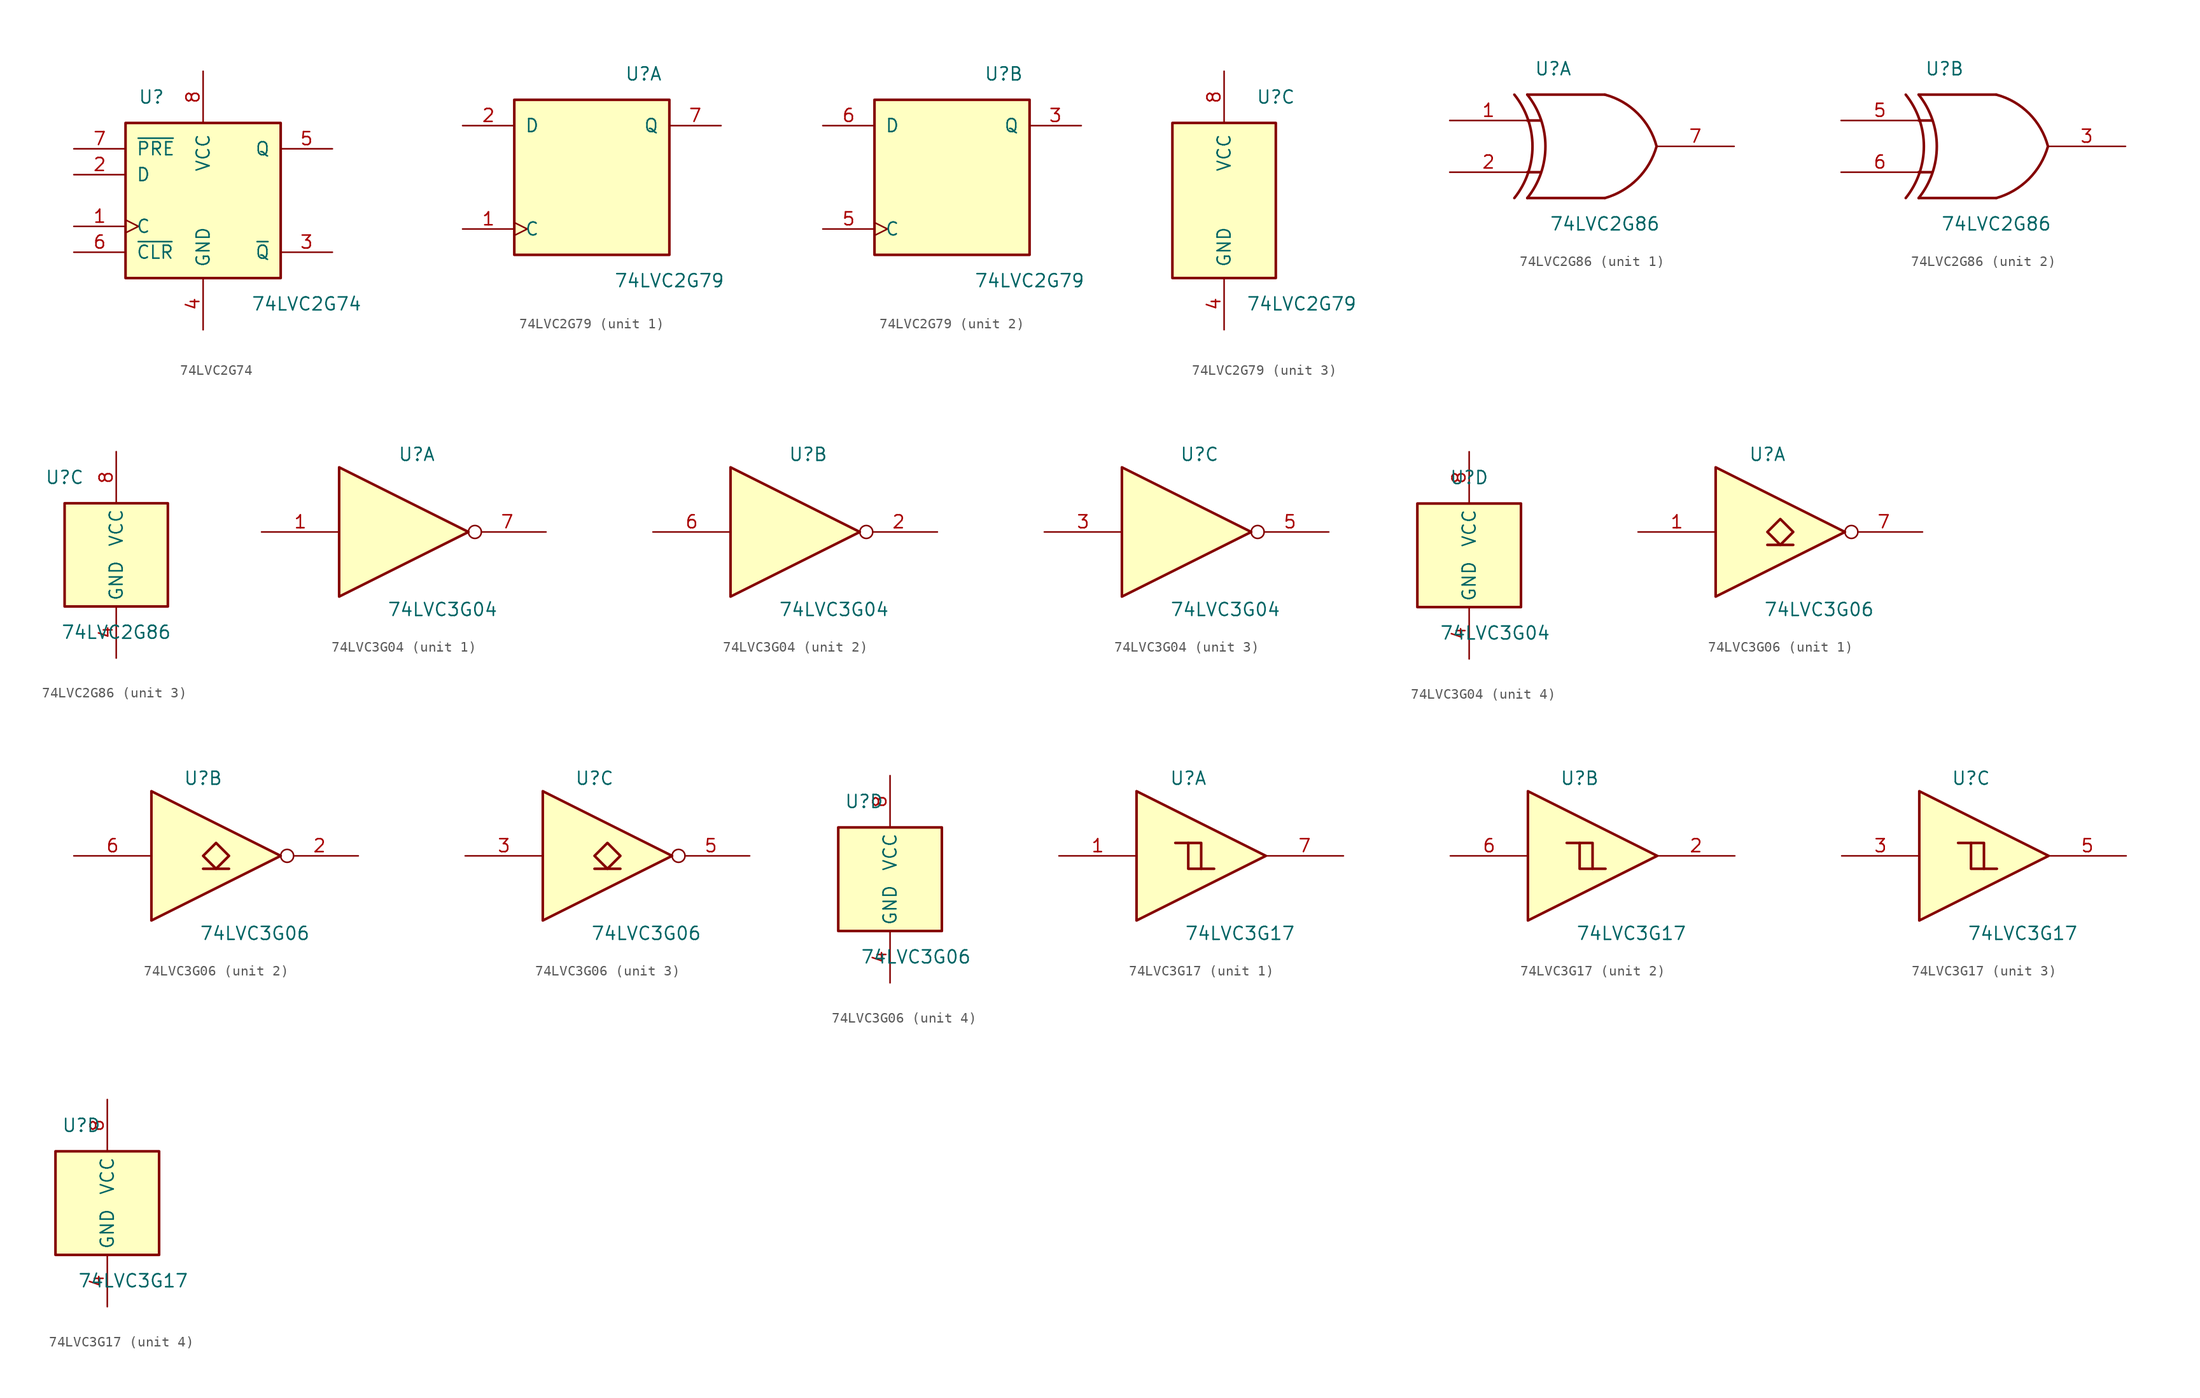
<source format=kicad_sym>
(kicad_symbol_lib
  (version 20231120)
  (generator "kicad_symbol_editor")
  (generator_version "8.0")
  (symbol "74LVC2G74"
    (pin_names
      (offset 1.016))
    (property "Reference" "U"
      (at -5.08 10.16 0)
      (effects (font (size 1.27 1.27))))
    (property "Value" "74LVC2G74"
      (at 10.16 -10.16 0)
      (effects (font (size 1.27 1.27))))
    (symbol "74LVC2G74_0_1"
      (rectangle (start -7.62 7.62) (end 7.62 -7.62) (stroke (width 0.254) (type default)) (fill (type background))))
    (symbol "74LVC2G74_1_1"
      (pin input clock (at -12.7 -2.54 0) (length 5.08) (name "C" (effects (font (size 1.27 1.27)))) (number "1" (effects (font (size 1.27 1.27)))))
      (pin input line (at -12.7 2.54 0) (length 5.08) (name "D" (effects (font (size 1.27 1.27)))) (number "2" (effects (font (size 1.27 1.27)))))
      (pin output line (at 12.7 -5.08 180) (length 5.08) (name "~{Q}" (effects (font (size 1.27 1.27)))) (number "3" (effects (font (size 1.27 1.27)))))
      (pin power_in line (at 0 -12.7 90) (length 5.08) (name "GND" (effects (font (size 1.27 1.27)))) (number "4" (effects (font (size 1.27 1.27)))))
      (pin output line (at 12.7 5.08 180) (length 5.08) (name "Q" (effects (font (size 1.27 1.27)))) (number "5" (effects (font (size 1.27 1.27)))))
      (pin input line (at -12.7 -5.08 0) (length 5.08) (name "~{CLR}" (effects (font (size 1.27 1.27)))) (number "6" (effects (font (size 1.27 1.27)))))
      (pin input line (at -12.7 5.08 0) (length 5.08) (name "~{PRE}" (effects (font (size 1.27 1.27)))) (number "7" (effects (font (size 1.27 1.27)))))
      (pin power_in line (at 0 12.7 270) (length 5.08) (name "VCC" (effects (font (size 1.27 1.27)))) (number "8" (effects (font (size 1.27 1.27)))))))
  (symbol "74LVC2G79"
    (pin_names
      (offset 1.016))
    (property "Reference" "U"
      (at 5.08 10.16 0)
      (effects (font (size 1.27 1.27))))
    (property "Value" "74LVC2G79"
      (at 7.62 -10.16 0)
      (effects (font (size 1.27 1.27))))
    (symbol "74LVC2G79_1_1"
      (rectangle (start -7.62 7.62) (end 7.62 -7.62) (stroke (width 0.254) (type default)) (fill (type background)))
      (pin input clock (at -12.7 -5.08 0) (length 5.08) (name "C" (effects (font (size 1.27 1.27)))) (number "1" (effects (font (size 1.27 1.27)))))
      (pin input line (at -12.7 5.08 0) (length 5.08) (name "D" (effects (font (size 1.27 1.27)))) (number "2" (effects (font (size 1.27 1.27)))))
      (pin output line (at 12.7 5.08 180) (length 5.08) (name "Q" (effects (font (size 1.27 1.27)))) (number "7" (effects (font (size 1.27 1.27))))))
    (symbol "74LVC2G79_2_1"
      (rectangle (start -7.62 7.62) (end 7.62 -7.62) (stroke (width 0.254) (type default)) (fill (type background)))
      (pin output line (at 12.7 5.08 180) (length 5.08) (name "Q" (effects (font (size 1.27 1.27)))) (number "3" (effects (font (size 1.27 1.27)))))
      (pin input clock (at -12.7 -5.08 0) (length 5.08) (name "C" (effects (font (size 1.27 1.27)))) (number "5" (effects (font (size 1.27 1.27)))))
      (pin input line (at -12.7 5.08 0) (length 5.08) (name "D" (effects (font (size 1.27 1.27)))) (number "6" (effects (font (size 1.27 1.27))))))
    (symbol "74LVC2G79_3_0"
      (rectangle (start -5.08 -7.62) (end 5.08 7.62) (stroke (width 0.254) (type default)) (fill (type background))))
    (symbol "74LVC2G79_3_1"
      (pin power_in line (at 0 -12.7 90) (length 5.08) (name "GND" (effects (font (size 1.27 1.27)))) (number "4" (effects (font (size 1.27 1.27)))))
      (pin power_in line (at 0 12.7 270) (length 5.08) (name "VCC" (effects (font (size 1.27 1.27)))) (number "8" (effects (font (size 1.27 1.27)))))))
  (symbol "74LVC2G86"
    (property "Reference" "U"
      (at -5.08 7.62 0)
      (effects (font (size 1.27 1.27))))
    (property "Value" "74LVC2G86"
      (at 0 -7.62 0)
      (effects (font (size 1.27 1.27))))
    (symbol "74LVC2G86_1_1"
      (arc (start -8.89 -5.08) (mid -7.108 0) (end -8.89 5.08) (stroke (width 0.254) (type default)) (fill (type none)))
      (arc (start -7.62 -5.08) (mid -5.838 0) (end -7.62 5.08) (stroke (width 0.254) (type default)) (fill (type none)))
      (arc (start 0 -5.08) (mid 3.1986 -3.2054) (end 5.08 0) (stroke (width 0.254) (type default)) (fill (type none)))
      (polyline (pts (xy -7.62 -2.54) (xy -6.35 -2.54)) (stroke (width 0.254) (type default)) (fill (type background)))
      (polyline (pts (xy -7.62 2.54) (xy -6.35 2.54)) (stroke (width 0.254) (type default)) (fill (type background)))
      (polyline (pts (xy 0 -5.08) (xy -7.62 -5.08)) (stroke (width 0.254) (type default)) (fill (type background)))
      (polyline (pts (xy 0 5.08) (xy -7.62 5.08)) (stroke (width 0.254) (type default)) (fill (type background)))
      (arc (start 5.08 0) (mid 3.2238 3.2304) (end 0 5.08) (stroke (width 0.254) (type default)) (fill (type none)))
      (pin input line (at -15.24 2.54 0) (length 7.62) (name "~" (effects (font (size 1.27 1.27)))) (number "1" (effects (font (size 1.27 1.27)))))
      (pin input line (at -15.24 -2.54 0) (length 7.62) (name "~" (effects (font (size 1.27 1.27)))) (number "2" (effects (font (size 1.27 1.27)))))
      (pin output line (at 12.7 0 180) (length 7.62) (name "~" (effects (font (size 1.27 1.27)))) (number "7" (effects (font (size 1.27 1.27))))))
    (symbol "74LVC2G86_2_1"
      (arc (start -8.89 -5.08) (mid -7.108 0) (end -8.89 5.08) (stroke (width 0.254) (type default)) (fill (type none)))
      (arc (start -7.62 -5.08) (mid -5.838 0) (end -7.62 5.08) (stroke (width 0.254) (type default)) (fill (type none)))
      (arc (start 0 -5.08) (mid 3.1986 -3.2054) (end 5.08 0) (stroke (width 0.254) (type default)) (fill (type none)))
      (polyline (pts (xy -7.62 -2.54) (xy -6.35 -2.54)) (stroke (width 0.254) (type default)) (fill (type background)))
      (polyline (pts (xy -7.62 2.54) (xy -6.35 2.54)) (stroke (width 0.254) (type default)) (fill (type background)))
      (polyline (pts (xy 0 -5.08) (xy -7.62 -5.08)) (stroke (width 0.254) (type default)) (fill (type background)))
      (polyline (pts (xy 0 5.08) (xy -7.62 5.08)) (stroke (width 0.254) (type default)) (fill (type background)))
      (arc (start 5.08 0) (mid 3.2238 3.2304) (end 0 5.08) (stroke (width 0.254) (type default)) (fill (type none)))
      (pin output line (at 12.7 0 180) (length 7.62) (name "~" (effects (font (size 1.27 1.27)))) (number "3" (effects (font (size 1.27 1.27)))))
      (pin input line (at -15.24 2.54 0) (length 7.62) (name "~" (effects (font (size 1.27 1.27)))) (number "5" (effects (font (size 1.27 1.27)))))
      (pin input line (at -15.24 -2.54 0) (length 7.62) (name "~" (effects (font (size 1.27 1.27)))) (number "6" (effects (font (size 1.27 1.27))))))
    (symbol "74LVC2G86_3_0"
      (rectangle (start -5.08 -5.08) (end 5.08 5.08) (stroke (width 0.254) (type default)) (fill (type background))))
    (symbol "74LVC2G86_3_1"
      (pin power_in line (at 0 -10.16 90) (length 5.08) (name "GND" (effects (font (size 1.27 1.27)))) (number "4" (effects (font (size 1.27 1.27)))))
      (pin power_in line (at 0 10.16 270) (length 5.08) (name "VCC" (effects (font (size 1.27 1.27)))) (number "8" (effects (font (size 1.27 1.27)))))))
  (symbol "74LVC3G04"
    (property "Reference" "U"
      (at 0 7.62 0)
      (effects (font (size 1.27 1.27))))
    (property "Value" "74LVC3G04"
      (at 2.54 -7.62 0)
      (effects (font (size 1.27 1.27))))
    (symbol "74LVC3G04_1_1"
      (polyline (pts (xy -7.62 6.35) (xy -7.62 -6.35) (xy 5.08 0) (xy -7.62 6.35)) (stroke (width 0.254) (type default)) (fill (type background)))
      (pin input line (at -15.24 0 0) (length 7.62) (name "~" (effects (font (size 1.27 1.27)))) (number "1" (effects (font (size 1.27 1.27)))))
      (pin output inverted (at 12.7 0 180) (length 7.62) (name "~" (effects (font (size 1.27 1.27)))) (number "7" (effects (font (size 1.27 1.27))))))
    (symbol "74LVC3G04_2_1"
      (polyline (pts (xy -7.62 6.35) (xy -7.62 -6.35) (xy 5.08 0) (xy -7.62 6.35)) (stroke (width 0.254) (type default)) (fill (type background)))
      (pin output inverted (at 12.7 0 180) (length 7.62) (name "~" (effects (font (size 1.27 1.27)))) (number "2" (effects (font (size 1.27 1.27)))))
      (pin input line (at -15.24 0 0) (length 7.62) (name "~" (effects (font (size 1.27 1.27)))) (number "6" (effects (font (size 1.27 1.27))))))
    (symbol "74LVC3G04_3_1"
      (polyline (pts (xy -7.62 6.35) (xy -7.62 -6.35) (xy 5.08 0) (xy -7.62 6.35)) (stroke (width 0.254) (type default)) (fill (type background)))
      (pin input line (at -15.24 0 0) (length 7.62) (name "~" (effects (font (size 1.27 1.27)))) (number "3" (effects (font (size 1.27 1.27)))))
      (pin output inverted (at 12.7 0 180) (length 7.62) (name "~" (effects (font (size 1.27 1.27)))) (number "5" (effects (font (size 1.27 1.27))))))
    (symbol "74LVC3G04_4_0"
      (rectangle (start -5.08 -5.08) (end 5.08 5.08) (stroke (width 0.254) (type default)) (fill (type background))))
    (symbol "74LVC3G04_4_1"
      (pin power_in line (at 0 -10.16 90) (length 5.08) (name "GND" (effects (font (size 1.27 1.27)))) (number "4" (effects (font (size 1.27 1.27)))))
      (pin power_in line (at 0 10.16 270) (length 5.08) (name "VCC" (effects (font (size 1.27 1.27)))) (number "8" (effects (font (size 1.27 1.27)))))))
  (symbol "74LVC3G06"
    (property "Reference" "U"
      (at -2.54 7.62 0)
      (effects (font (size 1.27 1.27))))
    (property "Value" "74LVC3G06"
      (at 2.54 -7.62 0)
      (effects (font (size 1.27 1.27))))
    (symbol "74LVC3G06_1_1"
      (polyline (pts (xy -2.54 -1.27) (xy 0 -1.27)) (stroke (width 0.254) (type default)) (fill (type background)))
      (polyline (pts (xy -7.62 6.35) (xy -7.62 -6.35) (xy 5.08 0) (xy -7.62 6.35)) (stroke (width 0.254) (type default)) (fill (type background)))
      (polyline (pts (xy -1.27 1.27) (xy -2.54 0) (xy -1.27 -1.27) (xy 0 0) (xy -1.27 1.27)) (stroke (width 0.254) (type default)) (fill (type background)))
      (pin input line (at -15.24 0 0) (length 7.62) (name "~" (effects (font (size 1.27 1.27)))) (number "1" (effects (font (size 1.27 1.27)))))
      (pin open_collector inverted (at 12.7 0 180) (length 7.62) (name "~" (effects (font (size 1.27 1.27)))) (number "7" (effects (font (size 1.27 1.27))))))
    (symbol "74LVC3G06_2_1"
      (polyline (pts (xy -2.54 -1.27) (xy 0 -1.27)) (stroke (width 0.254) (type default)) (fill (type background)))
      (polyline (pts (xy -7.62 6.35) (xy -7.62 -6.35) (xy 5.08 0) (xy -7.62 6.35)) (stroke (width 0.254) (type default)) (fill (type background)))
      (polyline (pts (xy -1.27 1.27) (xy -2.54 0) (xy -1.27 -1.27) (xy 0 0) (xy -1.27 1.27)) (stroke (width 0.254) (type default)) (fill (type background)))
      (pin open_collector inverted (at 12.7 0 180) (length 7.62) (name "~" (effects (font (size 1.27 1.27)))) (number "2" (effects (font (size 1.27 1.27)))))
      (pin input line (at -15.24 0 0) (length 7.62) (name "~" (effects (font (size 1.27 1.27)))) (number "6" (effects (font (size 1.27 1.27))))))
    (symbol "74LVC3G06_3_1"
      (polyline (pts (xy -2.54 -1.27) (xy 0 -1.27)) (stroke (width 0.254) (type default)) (fill (type background)))
      (polyline (pts (xy -7.62 6.35) (xy -7.62 -6.35) (xy 5.08 0) (xy -7.62 6.35)) (stroke (width 0.254) (type default)) (fill (type background)))
      (polyline (pts (xy -1.27 1.27) (xy -2.54 0) (xy -1.27 -1.27) (xy 0 0) (xy -1.27 1.27)) (stroke (width 0.254) (type default)) (fill (type background)))
      (pin input line (at -15.24 0 0) (length 7.62) (name "~" (effects (font (size 1.27 1.27)))) (number "3" (effects (font (size 1.27 1.27)))))
      (pin open_collector inverted (at 12.7 0 180) (length 7.62) (name "~" (effects (font (size 1.27 1.27)))) (number "5" (effects (font (size 1.27 1.27))))))
    (symbol "74LVC3G06_4_0"
      (rectangle (start -5.08 -5.08) (end 5.08 5.08) (stroke (width 0.254) (type default)) (fill (type background))))
    (symbol "74LVC3G06_4_1"
      (pin power_in line (at 0 -10.16 90) (length 5.08) (name "GND" (effects (font (size 1.27 1.27)))) (number "4" (effects (font (size 1.27 1.27)))))
      (pin power_in line (at 0 10.16 270) (length 5.08) (name "VCC" (effects (font (size 1.27 1.27)))) (number "8" (effects (font (size 1.27 1.27)))))))
  (symbol "74LVC3G17"
    (property "Reference" "U"
      (at -2.54 7.62 0)
      (effects (font (size 1.27 1.27))))
    (property "Value" "74LVC3G17"
      (at 2.54 -7.62 0)
      (effects (font (size 1.27 1.27))))
    (symbol "74LVC3G17_1_1"
      (polyline (pts (xy -2.54 1.27) (xy -1.27 1.27) (xy -1.27 -1.27)) (stroke (width 0.254) (type default)) (fill (type background)))
      (polyline (pts (xy -7.62 6.35) (xy -7.62 -6.35) (xy 5.08 0) (xy -7.62 6.35)) (stroke (width 0.254) (type default)) (fill (type background)))
      (polyline (pts (xy -3.81 1.27) (xy -2.54 1.27) (xy -2.54 -1.27) (xy 0 -1.27)) (stroke (width 0.254) (type default)) (fill (type background)))
      (pin input line (at -15.24 0 0) (length 7.62) (name "~" (effects (font (size 1.27 1.27)))) (number "1" (effects (font (size 1.27 1.27)))))
      (pin output line (at 12.7 0 180) (length 7.62) (name "~" (effects (font (size 1.27 1.27)))) (number "7" (effects (font (size 1.27 1.27))))))
    (symbol "74LVC3G17_2_1"
      (polyline (pts (xy -2.54 1.27) (xy -1.27 1.27) (xy -1.27 -1.27)) (stroke (width 0.254) (type default)) (fill (type background)))
      (polyline (pts (xy -7.62 6.35) (xy -7.62 -6.35) (xy 5.08 0) (xy -7.62 6.35)) (stroke (width 0.254) (type default)) (fill (type background)))
      (polyline (pts (xy -3.81 1.27) (xy -2.54 1.27) (xy -2.54 -1.27) (xy 0 -1.27)) (stroke (width 0.254) (type default)) (fill (type background)))
      (pin output line (at 12.7 0 180) (length 7.62) (name "~" (effects (font (size 1.27 1.27)))) (number "2" (effects (font (size 1.27 1.27)))))
      (pin input line (at -15.24 0 0) (length 7.62) (name "~" (effects (font (size 1.27 1.27)))) (number "6" (effects (font (size 1.27 1.27))))))
    (symbol "74LVC3G17_3_1"
      (polyline (pts (xy -2.54 1.27) (xy -1.27 1.27) (xy -1.27 -1.27)) (stroke (width 0.254) (type default)) (fill (type background)))
      (polyline (pts (xy -7.62 6.35) (xy -7.62 -6.35) (xy 5.08 0) (xy -7.62 6.35)) (stroke (width 0.254) (type default)) (fill (type background)))
      (polyline (pts (xy -3.81 1.27) (xy -2.54 1.27) (xy -2.54 -1.27) (xy 0 -1.27)) (stroke (width 0.254) (type default)) (fill (type background)))
      (pin input line (at -15.24 0 0) (length 7.62) (name "~" (effects (font (size 1.27 1.27)))) (number "3" (effects (font (size 1.27 1.27)))))
      (pin output line (at 12.7 0 180) (length 7.62) (name "~" (effects (font (size 1.27 1.27)))) (number "5" (effects (font (size 1.27 1.27))))))
    (symbol "74LVC3G17_4_0"
      (rectangle (start -5.08 -5.08) (end 5.08 5.08) (stroke (width 0.254) (type default)) (fill (type background))))
    (symbol "74LVC3G17_4_1"
      (pin power_in line (at 0 -10.16 90) (length 5.08) (name "GND" (effects (font (size 1.27 1.27)))) (number "4" (effects (font (size 1.27 1.27)))))
      (pin power_in line (at 0 10.16 270) (length 5.08) (name "VCC" (effects (font (size 1.27 1.27)))) (number "8" (effects (font (size 1.27 1.27))))))))
</source>
